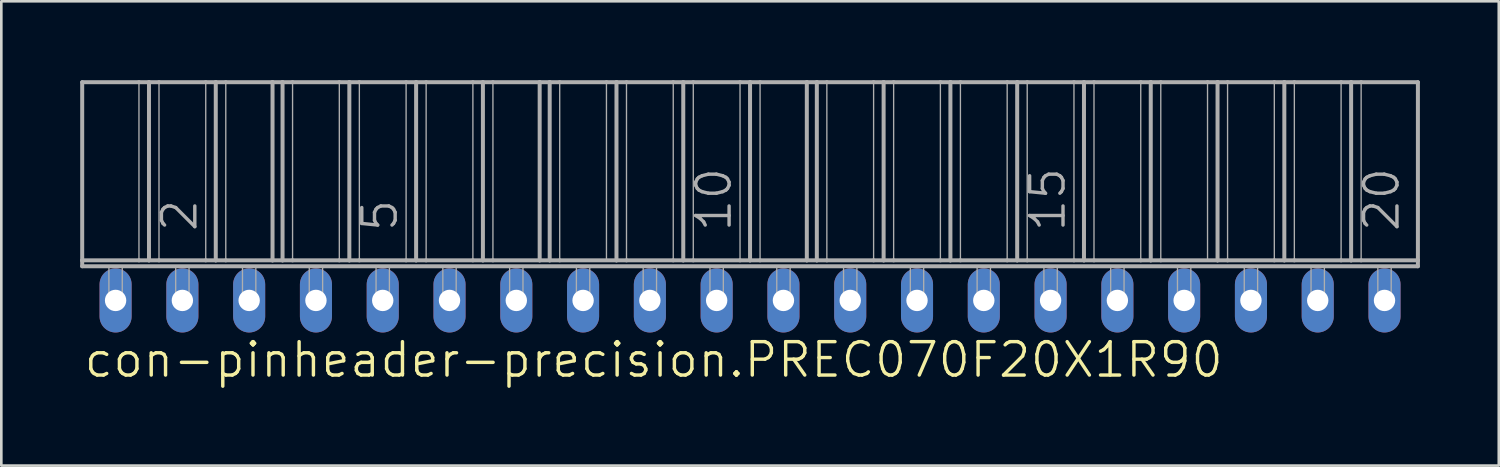
<source format=kicad_pcb>
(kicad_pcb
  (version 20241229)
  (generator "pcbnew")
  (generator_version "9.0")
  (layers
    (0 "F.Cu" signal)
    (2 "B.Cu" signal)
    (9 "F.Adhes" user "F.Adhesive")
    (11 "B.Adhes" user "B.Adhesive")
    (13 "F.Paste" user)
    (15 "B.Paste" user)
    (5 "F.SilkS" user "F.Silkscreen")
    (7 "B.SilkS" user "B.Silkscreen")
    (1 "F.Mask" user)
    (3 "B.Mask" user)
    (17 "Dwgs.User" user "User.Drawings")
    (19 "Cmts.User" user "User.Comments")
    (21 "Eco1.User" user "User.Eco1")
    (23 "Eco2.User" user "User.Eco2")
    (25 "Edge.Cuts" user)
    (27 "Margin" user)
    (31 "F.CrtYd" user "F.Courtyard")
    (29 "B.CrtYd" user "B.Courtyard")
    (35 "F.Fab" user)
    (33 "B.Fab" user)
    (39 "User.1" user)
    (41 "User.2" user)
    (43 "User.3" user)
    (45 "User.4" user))
  (footprint "con-pinheader-precision.PREC070F20X1R90"
    (layer "F.Cu")
    (at 25.476 8.376)
    (property "Reference" "con-pinheader-precision.PREC070F20X1R90" (at -25.4 3 0) (layer "F.SilkS") (effects (font (size 1.27 1.27) (thickness 0.13)) (justify left bottom)))
    (attr through_hole)
    (fp_line (start -25.4 -8.3) (end -23.241 -8.3) (stroke (width 0.152) (type default)) (layer "F.Fab"))
    (fp_line (start -25.4 -1.524) (end -25.4 -8.3) (stroke (width 0.152) (type default)) (layer "F.Fab"))
    (fp_line (start -25.4 -1.524) (end -23.241 -1.524) (stroke (width 0.152) (type default)) (layer "F.Fab"))
    (fp_line (start -25.4 -1.3) (end -25.4 -1.524) (stroke (width 0.152) (type default)) (layer "F.Fab"))
    (fp_line (start -25.4 -1.3) (end 25.4 -1.3) (stroke (width 0.152) (type default)) (layer "F.Fab"))
    (fp_line (start -23.241 -8.3) (end -23.241 -1.524) (stroke (width 0.051) (type default)) (layer "F.Fab"))
    (fp_line (start -23.241 -8.3) (end -22.86 -8.3) (stroke (width 0.152) (type default)) (layer "F.Fab"))
    (fp_line (start -23.241 -1.524) (end -22.86 -1.524) (stroke (width 0.152) (type default)) (layer "F.Fab"))
    (fp_line (start -22.86 -8.3) (end -22.86 -1.524) (stroke (width 0.152) (type default)) (layer "F.Fab"))
    (fp_line (start -22.86 -8.3) (end -22.479 -8.3) (stroke (width 0.152) (type default)) (layer "F.Fab"))
    (fp_line (start -22.86 -1.524) (end -22.479 -1.524) (stroke (width 0.152) (type default)) (layer "F.Fab"))
    (fp_line (start -22.479 -8.3) (end -22.479 -1.524) (stroke (width 0.051) (type default)) (layer "F.Fab"))
    (fp_line (start -22.479 -8.3) (end -20.701 -8.3) (stroke (width 0.152) (type default)) (layer "F.Fab"))
    (fp_line (start -22.479 -1.524) (end -20.701 -1.524) (stroke (width 0.152) (type default)) (layer "F.Fab"))
    (fp_line (start -20.701 -8.3) (end -20.701 -1.524) (stroke (width 0.051) (type default)) (layer "F.Fab"))
    (fp_line (start -20.701 -8.3) (end -20.32 -8.3) (stroke (width 0.152) (type default)) (layer "F.Fab"))
    (fp_line (start -20.701 -1.524) (end -20.32 -1.524) (stroke (width 0.152) (type default)) (layer "F.Fab"))
    (fp_line (start -20.32 -8.3) (end -20.32 -1.524) (stroke (width 0.152) (type default)) (layer "F.Fab"))
    (fp_line (start -20.32 -8.3) (end -19.939 -8.3) (stroke (width 0.152) (type default)) (layer "F.Fab"))
    (fp_line (start -20.32 -1.524) (end -19.939 -1.524) (stroke (width 0.152) (type default)) (layer "F.Fab"))
    (fp_line (start -19.939 -8.3) (end -19.939 -1.524) (stroke (width 0.051) (type default)) (layer "F.Fab"))
    (fp_line (start -19.939 -8.3) (end -18.161 -8.3) (stroke (width 0.152) (type default)) (layer "F.Fab"))
    (fp_line (start -19.939 -1.524) (end -18.161 -1.524) (stroke (width 0.152) (type default)) (layer "F.Fab"))
    (fp_line (start -18.161 -8.3) (end -18.161 -1.524) (stroke (width 0.152) (type default)) (layer "F.Fab"))
    (fp_line (start -18.161 -8.3) (end -17.78 -8.3) (stroke (width 0.152) (type default)) (layer "F.Fab"))
    (fp_line (start -18.161 -1.524) (end -17.78 -1.524) (stroke (width 0.152) (type default)) (layer "F.Fab"))
    (fp_line (start -17.78 -8.3) (end -17.78 -1.524) (stroke (width 0.152) (type default)) (layer "F.Fab"))
    (fp_line (start -17.78 -8.3) (end -17.399 -8.3) (stroke (width 0.152) (type default)) (layer "F.Fab"))
    (fp_line (start -17.78 -1.524) (end -17.399 -1.524) (stroke (width 0.152) (type default)) (layer "F.Fab"))
    (fp_line (start -17.399 -8.3) (end -17.399 -1.524) (stroke (width 0.051) (type default)) (layer "F.Fab"))
    (fp_line (start -17.399 -8.3) (end -15.621 -8.3) (stroke (width 0.152) (type default)) (layer "F.Fab"))
    (fp_line (start -17.399 -1.524) (end -15.621 -1.524) (stroke (width 0.152) (type default)) (layer "F.Fab"))
    (fp_line (start -15.621 -8.3) (end -15.621 -1.524) (stroke (width 0.051) (type default)) (layer "F.Fab"))
    (fp_line (start -15.621 -8.3) (end -15.24 -8.3) (stroke (width 0.152) (type default)) (layer "F.Fab"))
    (fp_line (start -15.621 -1.524) (end -15.24 -1.524) (stroke (width 0.152) (type default)) (layer "F.Fab"))
    (fp_line (start -15.24 -8.3) (end -15.24 -1.524) (stroke (width 0.152) (type default)) (layer "F.Fab"))
    (fp_line (start -15.24 -8.3) (end -14.859 -8.3) (stroke (width 0.152) (type default)) (layer "F.Fab"))
    (fp_line (start -15.24 -1.524) (end -14.859 -1.524) (stroke (width 0.152) (type default)) (layer "F.Fab"))
    (fp_line (start -14.859 -8.3) (end -14.859 -1.524) (stroke (width 0.051) (type default)) (layer "F.Fab"))
    (fp_line (start -14.859 -8.3) (end -13.081 -8.3) (stroke (width 0.152) (type default)) (layer "F.Fab"))
    (fp_line (start -14.859 -1.524) (end -13.081 -1.524) (stroke (width 0.152) (type default)) (layer "F.Fab"))
    (fp_line (start -13.081 -8.3) (end -13.081 -1.524) (stroke (width 0.051) (type default)) (layer "F.Fab"))
    (fp_line (start -13.081 -8.3) (end -12.7 -8.3) (stroke (width 0.152) (type default)) (layer "F.Fab"))
    (fp_line (start -13.081 -1.524) (end -12.7 -1.524) (stroke (width 0.152) (type default)) (layer "F.Fab"))
    (fp_line (start -12.7 -8.3) (end -12.7 -1.524) (stroke (width 0.152) (type default)) (layer "F.Fab"))
    (fp_line (start -12.7 -8.3) (end -12.319 -8.3) (stroke (width 0.152) (type default)) (layer "F.Fab"))
    (fp_line (start -12.7 -1.524) (end -12.319 -1.524) (stroke (width 0.152) (type default)) (layer "F.Fab"))
    (fp_line (start -12.319 -8.3) (end -12.319 -1.524) (stroke (width 0.051) (type default)) (layer "F.Fab"))
    (fp_line (start -12.319 -8.3) (end -10.541 -8.3) (stroke (width 0.152) (type default)) (layer "F.Fab"))
    (fp_line (start -12.319 -1.524) (end -10.541 -1.524) (stroke (width 0.152) (type default)) (layer "F.Fab"))
    (fp_line (start -10.541 -8.3) (end -10.541 -1.524) (stroke (width 0.051) (type default)) (layer "F.Fab"))
    (fp_line (start -10.541 -8.3) (end -10.16 -8.3) (stroke (width 0.152) (type default)) (layer "F.Fab"))
    (fp_line (start -10.541 -1.524) (end -10.16 -1.524) (stroke (width 0.152) (type default)) (layer "F.Fab"))
    (fp_line (start -10.16 -8.3) (end -10.16 -1.524) (stroke (width 0.152) (type default)) (layer "F.Fab"))
    (fp_line (start -10.16 -8.3) (end -9.779 -8.3) (stroke (width 0.152) (type default)) (layer "F.Fab"))
    (fp_line (start -10.16 -1.524) (end -9.779 -1.524) (stroke (width 0.152) (type default)) (layer "F.Fab"))
    (fp_line (start -9.779 -8.3) (end -9.779 -1.524) (stroke (width 0.051) (type default)) (layer "F.Fab"))
    (fp_line (start -9.779 -8.3) (end -8.001 -8.3) (stroke (width 0.152) (type default)) (layer "F.Fab"))
    (fp_line (start -9.779 -1.524) (end -8.001 -1.524) (stroke (width 0.152) (type default)) (layer "F.Fab"))
    (fp_line (start -8.001 -8.3) (end -8.001 -1.524) (stroke (width 0.152) (type default)) (layer "F.Fab"))
    (fp_line (start -8.001 -8.3) (end -7.62 -8.3) (stroke (width 0.152) (type default)) (layer "F.Fab"))
    (fp_line (start -8.001 -1.524) (end -7.62 -1.524) (stroke (width 0.152) (type default)) (layer "F.Fab"))
    (fp_line (start -7.62 -8.3) (end -7.62 -1.524) (stroke (width 0.152) (type default)) (layer "F.Fab"))
    (fp_line (start -7.62 -8.3) (end -7.239 -8.3) (stroke (width 0.152) (type default)) (layer "F.Fab"))
    (fp_line (start -7.62 -1.524) (end -7.239 -1.524) (stroke (width 0.152) (type default)) (layer "F.Fab"))
    (fp_line (start -7.239 -8.3) (end -7.239 -1.524) (stroke (width 0.051) (type default)) (layer "F.Fab"))
    (fp_line (start -7.239 -8.3) (end -5.461 -8.3) (stroke (width 0.152) (type default)) (layer "F.Fab"))
    (fp_line (start -7.239 -1.524) (end -5.08 -1.524) (stroke (width 0.152) (type default)) (layer "F.Fab"))
    (fp_line (start -5.461 -8.3) (end -5.461 -1.524) (stroke (width 0.051) (type default)) (layer "F.Fab"))
    (fp_line (start -5.461 -8.3) (end -5.08 -8.3) (stroke (width 0.152) (type default)) (layer "F.Fab"))
    (fp_line (start -5.08 -8.3) (end -5.08 -1.524) (stroke (width 0.152) (type default)) (layer "F.Fab"))
    (fp_line (start -5.08 -8.3) (end -4.699 -8.3) (stroke (width 0.152) (type default)) (layer "F.Fab"))
    (fp_line (start -5.08 -1.524) (end -4.699 -1.524) (stroke (width 0.152) (type default)) (layer "F.Fab"))
    (fp_line (start -4.699 -8.3) (end -4.699 -1.524) (stroke (width 0.051) (type default)) (layer "F.Fab"))
    (fp_line (start -4.699 -8.3) (end -2.921 -8.3) (stroke (width 0.152) (type default)) (layer "F.Fab"))
    (fp_line (start -4.699 -1.524) (end -2.921 -1.524) (stroke (width 0.152) (type default)) (layer "F.Fab"))
    (fp_line (start -2.921 -8.3) (end -2.921 -1.524) (stroke (width 0.051) (type default)) (layer "F.Fab"))
    (fp_line (start -2.921 -8.3) (end -2.54 -8.3) (stroke (width 0.152) (type default)) (layer "F.Fab"))
    (fp_line (start -2.921 -1.524) (end -2.54 -1.524) (stroke (width 0.152) (type default)) (layer "F.Fab"))
    (fp_line (start -2.54 -8.3) (end -2.159 -8.3) (stroke (width 0.152) (type default)) (layer "F.Fab"))
    (fp_line (start -2.54 -1.524) (end -2.54 -8.3) (stroke (width 0.152) (type default)) (layer "F.Fab"))
    (fp_line (start -2.54 -1.524) (end -2.159 -1.524) (stroke (width 0.152) (type default)) (layer "F.Fab"))
    (fp_line (start -2.159 -8.3) (end -2.159 -1.524) (stroke (width 0.051) (type default)) (layer "F.Fab"))
    (fp_line (start -2.159 -8.3) (end -0.381 -8.3) (stroke (width 0.152) (type default)) (layer "F.Fab"))
    (fp_line (start -2.159 -1.524) (end -0.381 -1.524) (stroke (width 0.152) (type default)) (layer "F.Fab"))
    (fp_line (start -0.381 -8.3) (end -0.381 -1.524) (stroke (width 0.051) (type default)) (layer "F.Fab"))
    (fp_line (start -0.381 -8.3) (end 0 -8.3) (stroke (width 0.152) (type default)) (layer "F.Fab"))
    (fp_line (start -0.381 -1.524) (end 0 -1.524) (stroke (width 0.152) (type default)) (layer "F.Fab"))
    (fp_line (start 0 -8.3) (end 0 -1.524) (stroke (width 0.152) (type default)) (layer "F.Fab"))
    (fp_line (start 0 -8.3) (end 0.381 -8.3) (stroke (width 0.152) (type default)) (layer "F.Fab"))
    (fp_line (start 0 -1.524) (end 0.381 -1.524) (stroke (width 0.152) (type default)) (layer "F.Fab"))
    (fp_line (start 0.381 -8.3) (end 0.381 -1.524) (stroke (width 0.051) (type default)) (layer "F.Fab"))
    (fp_line (start 0.381 -8.3) (end 2.159 -8.3) (stroke (width 0.152) (type default)) (layer "F.Fab"))
    (fp_line (start 0.381 -1.524) (end 2.159 -1.524) (stroke (width 0.152) (type default)) (layer "F.Fab"))
    (fp_line (start 2.159 -8.3) (end 2.159 -1.524) (stroke (width 0.152) (type default)) (layer "F.Fab"))
    (fp_line (start 2.159 -8.3) (end 2.54 -8.3) (stroke (width 0.152) (type default)) (layer "F.Fab"))
    (fp_line (start 2.159 -1.524) (end 2.54 -1.524) (stroke (width 0.152) (type default)) (layer "F.Fab"))
    (fp_line (start 2.54 -8.3) (end 2.54 -1.524) (stroke (width 0.152) (type default)) (layer "F.Fab"))
    (fp_line (start 2.54 -8.3) (end 2.921 -8.3) (stroke (width 0.152) (type default)) (layer "F.Fab"))
    (fp_line (start 2.54 -1.524) (end 2.921 -1.524) (stroke (width 0.152) (type default)) (layer "F.Fab"))
    (fp_line (start 2.921 -8.3) (end 2.921 -1.524) (stroke (width 0.051) (type default)) (layer "F.Fab"))
    (fp_line (start 2.921 -8.3) (end 4.699 -8.3) (stroke (width 0.152) (type default)) (layer "F.Fab"))
    (fp_line (start 2.921 -1.524) (end 4.699 -1.524) (stroke (width 0.152) (type default)) (layer "F.Fab"))
    (fp_line (start 4.699 -8.3) (end 4.699 -1.524) (stroke (width 0.051) (type default)) (layer "F.Fab"))
    (fp_line (start 4.699 -8.3) (end 5.08 -8.3) (stroke (width 0.152) (type default)) (layer "F.Fab"))
    (fp_line (start 4.699 -1.524) (end 5.08 -1.524) (stroke (width 0.152) (type default)) (layer "F.Fab"))
    (fp_line (start 5.08 -8.3) (end 5.08 -1.524) (stroke (width 0.152) (type default)) (layer "F.Fab"))
    (fp_line (start 5.08 -8.3) (end 5.461 -8.3) (stroke (width 0.152) (type default)) (layer "F.Fab"))
    (fp_line (start 5.08 -1.524) (end 5.461 -1.524) (stroke (width 0.152) (type default)) (layer "F.Fab"))
    (fp_line (start 5.461 -8.3) (end 5.461 -1.524) (stroke (width 0.051) (type default)) (layer "F.Fab"))
    (fp_line (start 5.461 -8.3) (end 7.239 -8.3) (stroke (width 0.152) (type default)) (layer "F.Fab"))
    (fp_line (start 5.461 -1.524) (end 7.239 -1.524) (stroke (width 0.152) (type default)) (layer "F.Fab"))
    (fp_line (start 7.239 -8.3) (end 7.239 -1.524) (stroke (width 0.051) (type default)) (layer "F.Fab"))
    (fp_line (start 7.239 -8.3) (end 7.62 -8.3) (stroke (width 0.152) (type default)) (layer "F.Fab"))
    (fp_line (start 7.239 -1.524) (end 7.62 -1.524) (stroke (width 0.152) (type default)) (layer "F.Fab"))
    (fp_line (start 7.62 -8.3) (end 7.62 -1.524) (stroke (width 0.152) (type default)) (layer "F.Fab"))
    (fp_line (start 7.62 -8.3) (end 8.001 -8.3) (stroke (width 0.152) (type default)) (layer "F.Fab"))
    (fp_line (start 7.62 -1.524) (end 8.001 -1.524) (stroke (width 0.152) (type default)) (layer "F.Fab"))
    (fp_line (start 8.001 -8.3) (end 8.001 -1.524) (stroke (width 0.051) (type default)) (layer "F.Fab"))
    (fp_line (start 8.001 -8.3) (end 9.779 -8.3) (stroke (width 0.152) (type default)) (layer "F.Fab"))
    (fp_line (start 8.001 -1.524) (end 9.779 -1.524) (stroke (width 0.152) (type default)) (layer "F.Fab"))
    (fp_line (start 9.779 -8.3) (end 9.779 -1.524) (stroke (width 0.051) (type default)) (layer "F.Fab"))
    (fp_line (start 9.779 -8.3) (end 10.16 -8.3) (stroke (width 0.152) (type default)) (layer "F.Fab"))
    (fp_line (start 9.779 -1.524) (end 10.16 -1.524) (stroke (width 0.152) (type default)) (layer "F.Fab"))
    (fp_line (start 10.16 -8.3) (end 10.16 -1.524) (stroke (width 0.152) (type default)) (layer "F.Fab"))
    (fp_line (start 10.16 -8.3) (end 10.541 -8.3) (stroke (width 0.152) (type default)) (layer "F.Fab"))
    (fp_line (start 10.16 -1.524) (end 10.541 -1.524) (stroke (width 0.152) (type default)) (layer "F.Fab"))
    (fp_line (start 10.541 -8.3) (end 10.541 -1.524) (stroke (width 0.051) (type default)) (layer "F.Fab"))
    (fp_line (start 10.541 -8.3) (end 12.319 -8.3) (stroke (width 0.152) (type default)) (layer "F.Fab"))
    (fp_line (start 10.541 -1.524) (end 12.319 -1.524) (stroke (width 0.152) (type default)) (layer "F.Fab"))
    (fp_line (start 12.319 -8.3) (end 12.319 -1.524) (stroke (width 0.051) (type default)) (layer "F.Fab"))
    (fp_line (start 12.319 -8.3) (end 12.7 -8.3) (stroke (width 0.152) (type default)) (layer "F.Fab"))
    (fp_line (start 12.319 -1.524) (end 12.7 -1.524) (stroke (width 0.152) (type default)) (layer "F.Fab"))
    (fp_line (start 12.7 -8.3) (end 12.7 -1.524) (stroke (width 0.152) (type default)) (layer "F.Fab"))
    (fp_line (start 12.7 -8.3) (end 13.081 -8.3) (stroke (width 0.152) (type default)) (layer "F.Fab"))
    (fp_line (start 12.7 -1.524) (end 13.081 -1.524) (stroke (width 0.152) (type default)) (layer "F.Fab"))
    (fp_line (start 13.081 -8.3) (end 13.081 -1.524) (stroke (width 0.051) (type default)) (layer "F.Fab"))
    (fp_line (start 13.081 -8.3) (end 14.859 -8.3) (stroke (width 0.152) (type default)) (layer "F.Fab"))
    (fp_line (start 13.081 -1.524) (end 14.859 -1.524) (stroke (width 0.152) (type default)) (layer "F.Fab"))
    (fp_line (start 14.859 -8.3) (end 14.859 -1.524) (stroke (width 0.051) (type default)) (layer "F.Fab"))
    (fp_line (start 14.859 -8.3) (end 15.24 -8.3) (stroke (width 0.152) (type default)) (layer "F.Fab"))
    (fp_line (start 14.859 -1.524) (end 15.24 -1.524) (stroke (width 0.152) (type default)) (layer "F.Fab"))
    (fp_line (start 15.24 -8.3) (end 15.24 -1.524) (stroke (width 0.152) (type default)) (layer "F.Fab"))
    (fp_line (start 15.24 -8.3) (end 15.621 -8.3) (stroke (width 0.152) (type default)) (layer "F.Fab"))
    (fp_line (start 15.24 -1.524) (end 15.621 -1.524) (stroke (width 0.152) (type default)) (layer "F.Fab"))
    (fp_line (start 15.621 -8.3) (end 15.621 -1.524) (stroke (width 0.051) (type default)) (layer "F.Fab"))
    (fp_line (start 15.621 -8.3) (end 17.399 -8.3) (stroke (width 0.152) (type default)) (layer "F.Fab"))
    (fp_line (start 15.621 -1.524) (end 17.78 -1.524) (stroke (width 0.152) (type default)) (layer "F.Fab"))
    (fp_line (start 17.399 -8.3) (end 17.399 -1.524) (stroke (width 0.051) (type default)) (layer "F.Fab"))
    (fp_line (start 17.399 -8.3) (end 17.78 -8.3) (stroke (width 0.152) (type default)) (layer "F.Fab"))
    (fp_line (start 17.78 -8.3) (end 17.78 -1.524) (stroke (width 0.152) (type default)) (layer "F.Fab"))
    (fp_line (start 17.78 -8.3) (end 18.161 -8.3) (stroke (width 0.152) (type default)) (layer "F.Fab"))
    (fp_line (start 17.78 -1.524) (end 18.161 -1.524) (stroke (width 0.152) (type default)) (layer "F.Fab"))
    (fp_line (start 18.161 -8.3) (end 18.161 -1.524) (stroke (width 0.051) (type default)) (layer "F.Fab"))
    (fp_line (start 18.161 -8.3) (end 19.939 -8.3) (stroke (width 0.152) (type default)) (layer "F.Fab"))
    (fp_line (start 18.161 -1.524) (end 19.939 -1.524) (stroke (width 0.152) (type default)) (layer "F.Fab"))
    (fp_line (start 19.939 -8.3) (end 19.939 -1.524) (stroke (width 0.051) (type default)) (layer "F.Fab"))
    (fp_line (start 19.939 -8.3) (end 20.32 -8.3) (stroke (width 0.152) (type default)) (layer "F.Fab"))
    (fp_line (start 19.939 -1.524) (end 20.32 -1.524) (stroke (width 0.152) (type default)) (layer "F.Fab"))
    (fp_line (start 20.32 -8.3) (end 20.32 -1.524) (stroke (width 0.152) (type default)) (layer "F.Fab"))
    (fp_line (start 20.32 -8.3) (end 20.701 -8.3) (stroke (width 0.152) (type default)) (layer "F.Fab"))
    (fp_line (start 20.32 -1.524) (end 20.701 -1.524) (stroke (width 0.152) (type default)) (layer "F.Fab"))
    (fp_line (start 20.701 -8.3) (end 20.701 -1.524) (stroke (width 0.051) (type default)) (layer "F.Fab"))
    (fp_line (start 20.701 -8.3) (end 22.479 -8.3) (stroke (width 0.152) (type default)) (layer "F.Fab"))
    (fp_line (start 20.701 -1.524) (end 22.479 -1.524) (stroke (width 0.152) (type default)) (layer "F.Fab"))
    (fp_line (start 22.479 -8.3) (end 22.479 -1.524) (stroke (width 0.051) (type default)) (layer "F.Fab"))
    (fp_line (start 22.479 -8.3) (end 22.86 -8.3) (stroke (width 0.152) (type default)) (layer "F.Fab"))
    (fp_line (start 22.479 -1.524) (end 22.86 -1.524) (stroke (width 0.152) (type default)) (layer "F.Fab"))
    (fp_line (start 22.86 -8.3) (end 22.86 -1.524) (stroke (width 0.152) (type default)) (layer "F.Fab"))
    (fp_line (start 22.86 -8.3) (end 23.241 -8.3) (stroke (width 0.152) (type default)) (layer "F.Fab"))
    (fp_line (start 22.86 -1.524) (end 23.241 -1.524) (stroke (width 0.152) (type default)) (layer "F.Fab"))
    (fp_line (start 23.241 -8.3) (end 23.241 -1.524) (stroke (width 0.051) (type default)) (layer "F.Fab"))
    (fp_line (start 23.241 -8.3) (end 25.4 -8.3) (stroke (width 0.152) (type default)) (layer "F.Fab"))
    (fp_line (start 23.241 -1.524) (end 25.4 -1.524) (stroke (width 0.152) (type default)) (layer "F.Fab"))
    (fp_line (start 25.4 -8.3) (end 25.4 -1.524) (stroke (width 0.152) (type default)) (layer "F.Fab"))
    (fp_line (start 25.4 -1.524) (end 25.4 -1.3) (stroke (width 0.152) (type default)) (layer "F.Fab"))
    (fp_rect (start -24.384 0) (end -23.876 -1.3) (stroke (width 0.05) (type default)) (fill no) (layer "F.Fab"))
    (fp_rect (start -21.844 0) (end -21.336 -1.3) (stroke (width 0.05) (type default)) (fill no) (layer "F.Fab"))
    (fp_rect (start -19.304 0) (end -18.796 -1.3) (stroke (width 0.05) (type default)) (fill no) (layer "F.Fab"))
    (fp_rect (start -16.764 0) (end -16.256 -1.3) (stroke (width 0.05) (type default)) (fill no) (layer "F.Fab"))
    (fp_rect (start -14.224 0) (end -13.716 -1.3) (stroke (width 0.05) (type default)) (fill no) (layer "F.Fab"))
    (fp_rect (start -11.684 0) (end -11.176 -1.3) (stroke (width 0.05) (type default)) (fill no) (layer "F.Fab"))
    (fp_rect (start -9.144 0) (end -8.636 -1.3) (stroke (width 0.05) (type default)) (fill no) (layer "F.Fab"))
    (fp_rect (start -6.604 0) (end -6.096 -1.3) (stroke (width 0.05) (type default)) (fill no) (layer "F.Fab"))
    (fp_rect (start -4.064 0) (end -3.556 -1.3) (stroke (width 0.05) (type default)) (fill no) (layer "F.Fab"))
    (fp_rect (start -1.524 0) (end -1.016 -1.3) (stroke (width 0.05) (type default)) (fill no) (layer "F.Fab"))
    (fp_rect (start 1.016 0) (end 1.524 -1.3) (stroke (width 0.05) (type default)) (fill no) (layer "F.Fab"))
    (fp_rect (start 3.556 0) (end 4.064 -1.3) (stroke (width 0.05) (type default)) (fill no) (layer "F.Fab"))
    (fp_rect (start 6.096 0) (end 6.604 -1.3) (stroke (width 0.05) (type default)) (fill no) (layer "F.Fab"))
    (fp_rect (start 8.636 0) (end 9.144 -1.3) (stroke (width 0.05) (type default)) (fill no) (layer "F.Fab"))
    (fp_rect (start 11.176 0) (end 11.684 -1.3) (stroke (width 0.05) (type default)) (fill no) (layer "F.Fab"))
    (fp_rect (start 13.716 0) (end 14.224 -1.3) (stroke (width 0.05) (type default)) (fill no) (layer "F.Fab"))
    (fp_rect (start 16.256 0) (end 16.764 -1.3) (stroke (width 0.05) (type default)) (fill no) (layer "F.Fab"))
    (fp_rect (start 18.796 0) (end 19.304 -1.3) (stroke (width 0.05) (type default)) (fill no) (layer "F.Fab"))
    (fp_rect (start 21.336 0) (end 21.844 -1.3) (stroke (width 0.05) (type default)) (fill no) (layer "F.Fab"))
    (fp_rect (start 23.876 0) (end 24.384 -1.3) (stroke (width 0.05) (type default)) (fill no) (layer "F.Fab"))
    (fp_text user "2" (at -20.955 -2.54 90) (layer "F.Fab") (effects (font (size 1.27 1.27) (thickness 0.13)) (justify left bottom)))
    (fp_text user "15" (at 12.065 -2.54 90) (layer "F.Fab") (effects (font (size 1.27 1.27) (thickness 0.13)) (justify left bottom)))
    (fp_text user "5" (at -13.335 -2.54 90) (layer "F.Fab") (effects (font (size 1.27 1.27) (thickness 0.13)) (justify left bottom)))
    (fp_text user "10" (at -0.635 -2.54 90) (layer "F.Fab") (effects (font (size 1.27 1.27) (thickness 0.13)) (justify left bottom)))
    (fp_text user "20" (at 24.765 -2.54 90) (layer "F.Fab") (effects (font (size 1.27 1.27) (thickness 0.13)) (justify left bottom)))
    (pad "1" thru_hole oval (at -24.13 0 90) (size 2.438 1.219) (drill 0.813) (layers "*.Cu" "*.Mask"))
    (pad "2" thru_hole oval (at -21.59 0 90) (size 2.438 1.219) (drill 0.813) (layers "*.Cu" "*.Mask"))
    (pad "3" thru_hole oval (at -19.05 0 90) (size 2.438 1.219) (drill 0.813) (layers "*.Cu" "*.Mask"))
    (pad "4" thru_hole oval (at -16.51 0 90) (size 2.438 1.219) (drill 0.813) (layers "*.Cu" "*.Mask"))
    (pad "5" thru_hole oval (at -13.97 0 90) (size 2.438 1.219) (drill 0.813) (layers "*.Cu" "*.Mask"))
    (pad "6" thru_hole oval (at -11.43 0 90) (size 2.438 1.219) (drill 0.813) (layers "*.Cu" "*.Mask"))
    (pad "7" thru_hole oval (at -8.89 0 90) (size 2.438 1.219) (drill 0.813) (layers "*.Cu" "*.Mask"))
    (pad "8" thru_hole oval (at -6.35 0 90) (size 2.438 1.219) (drill 0.813) (layers "*.Cu" "*.Mask"))
    (pad "9" thru_hole oval (at -3.81 0 90) (size 2.438 1.219) (drill 0.813) (layers "*.Cu" "*.Mask"))
    (pad "10" thru_hole oval (at -1.27 0 90) (size 2.438 1.219) (drill 0.813) (layers "*.Cu" "*.Mask"))
    (pad "11" thru_hole oval (at 1.27 0 90) (size 2.438 1.219) (drill 0.813) (layers "*.Cu" "*.Mask"))
    (pad "12" thru_hole oval (at 3.81 0 90) (size 2.438 1.219) (drill 0.813) (layers "*.Cu" "*.Mask"))
    (pad "13" thru_hole oval (at 6.35 0 90) (size 2.438 1.219) (drill 0.813) (layers "*.Cu" "*.Mask"))
    (pad "14" thru_hole oval (at 8.89 0 90) (size 2.438 1.219) (drill 0.813) (layers "*.Cu" "*.Mask"))
    (pad "15" thru_hole oval (at 11.43 0 90) (size 2.438 1.219) (drill 0.813) (layers "*.Cu" "*.Mask"))
    (pad "16" thru_hole oval (at 13.97 0 90) (size 2.438 1.219) (drill 0.813) (layers "*.Cu" "*.Mask"))
    (pad "17" thru_hole oval (at 16.51 0 90) (size 2.438 1.219) (drill 0.813) (layers "*.Cu" "*.Mask"))
    (pad "18" thru_hole oval (at 19.05 0 90) (size 2.438 1.219) (drill 0.813) (layers "*.Cu" "*.Mask"))
    (pad "19" thru_hole oval (at 21.59 0 90) (size 2.438 1.219) (drill 0.813) (layers "*.Cu" "*.Mask"))
    (pad "20" thru_hole oval (at 24.13 0 90) (size 2.438 1.219) (drill 0.813) (layers "*.Cu" "*.Mask")))
  (gr_rect
    (start -3 -3)
    (end 53.952 14.658)
    (stroke (width 0.1) (type default))
    (fill no)
    (layer "Edge.Cuts")))
</source>
